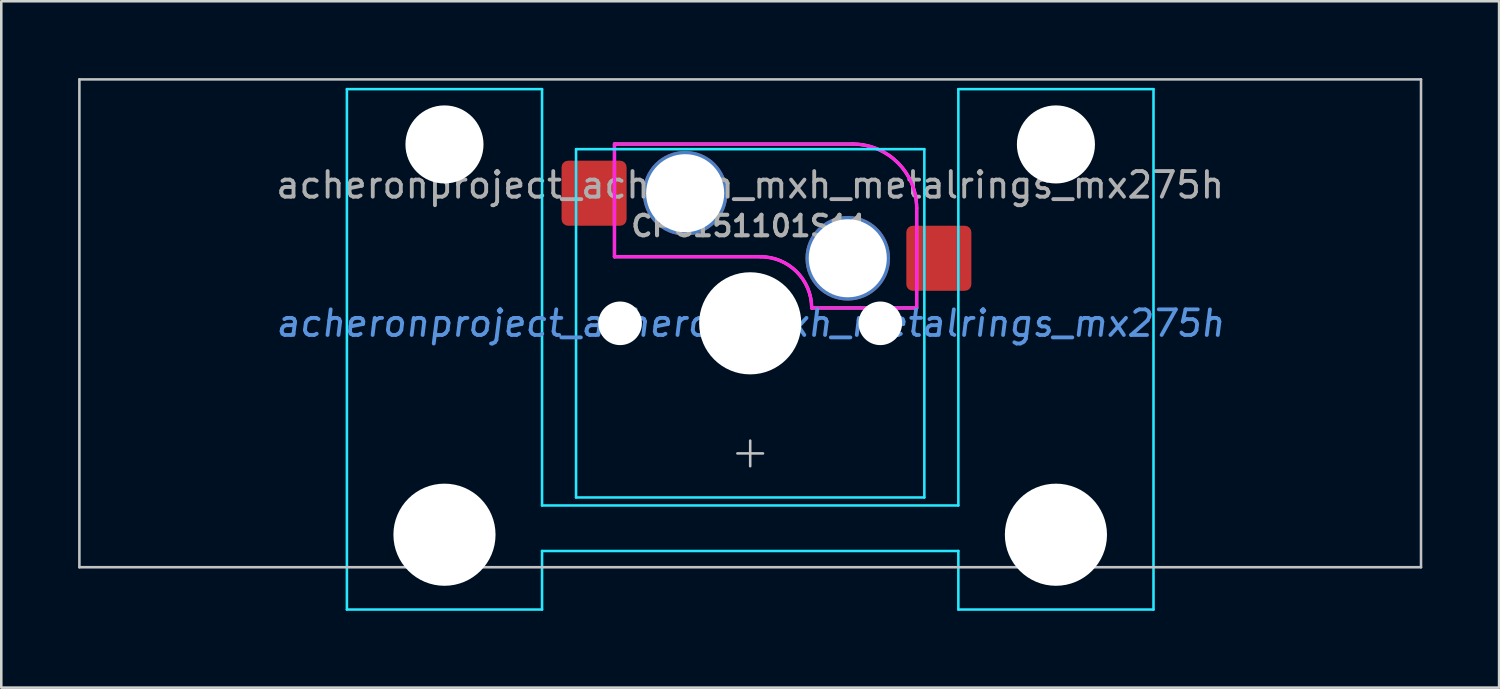
<source format=kicad_pcb>
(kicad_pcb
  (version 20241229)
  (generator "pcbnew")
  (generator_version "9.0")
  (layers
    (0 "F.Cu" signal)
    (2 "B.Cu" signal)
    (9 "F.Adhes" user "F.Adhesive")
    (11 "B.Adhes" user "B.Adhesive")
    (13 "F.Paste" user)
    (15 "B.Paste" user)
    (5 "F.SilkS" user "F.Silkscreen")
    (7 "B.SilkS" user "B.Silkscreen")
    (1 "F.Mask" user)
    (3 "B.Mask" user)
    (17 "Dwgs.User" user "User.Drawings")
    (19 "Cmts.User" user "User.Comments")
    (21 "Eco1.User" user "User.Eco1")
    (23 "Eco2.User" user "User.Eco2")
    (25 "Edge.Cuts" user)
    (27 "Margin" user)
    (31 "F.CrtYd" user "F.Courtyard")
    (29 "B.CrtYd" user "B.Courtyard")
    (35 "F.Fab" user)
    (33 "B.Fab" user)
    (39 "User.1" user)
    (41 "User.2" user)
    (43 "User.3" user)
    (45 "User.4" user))
  (footprint "acheronproject_acheron_mxh_metalrings_mx275h"
    (layer "F.Cu")
    (at 26.244 9.575)
    (property "Reference" "acheronproject_acheron_mxh_metalrings_mx275h" (at 0 0 0) (layer "Cmts.User") (effects (font (size 1 1) (thickness 0.15) (italic yes))))
    (attr smd)
    (fp_line (start -26.194 -9.525) (end -26.194 9.525) (stroke (width 0.1) (type solid)) (layer "Dwgs.User"))
    (fp_line (start -26.194 -9.525) (end 26.194 -9.525) (stroke (width 0.1) (type solid)) (layer "Dwgs.User"))
    (fp_line (start -26.194 9.525) (end 26.194 9.525) (stroke (width 0.1) (type solid)) (layer "Dwgs.User"))
    (fp_line (start -0.5 5.08) (end 0.5 5.08) (stroke (width 0.1) (type solid)) (layer "Dwgs.User"))
    (fp_line (start 0 5.58) (end 0 4.58) (stroke (width 0.1) (type solid)) (layer "Dwgs.User"))
    (fp_line (start 26.194 -9.525) (end 26.194 9.525) (stroke (width 0.1) (type solid)) (layer "Dwgs.User"))
    (fp_line (start -15.438 -5.485) (end -15.438 8.515) (stroke (width 0.1) (type solid)) (layer "Eco1.User"))
    (fp_line (start -14.938 -5.985) (end -8.938 -5.985) (stroke (width 0.1) (type solid)) (layer "Eco1.User"))
    (fp_line (start -8.938 9.015) (end -14.938 9.015) (stroke (width 0.1) (type solid)) (layer "Eco1.User"))
    (fp_line (start -8.438 8.515) (end -8.438 -5.485) (stroke (width 0.1) (type solid)) (layer "Eco1.User"))
    (fp_line (start -7 -6.5) (end -7 6.5) (stroke (width 0.1) (type solid)) (layer "Eco1.User"))
    (fp_line (start -6.5 7) (end 6.5 7) (stroke (width 0.1) (type solid)) (layer "Eco1.User"))
    (fp_line (start 6.5 -7) (end -6.5 -7) (stroke (width 0.1) (type solid)) (layer "Eco1.User"))
    (fp_line (start 7 6.5) (end 7 -6.5) (stroke (width 0.1) (type solid)) (layer "Eco1.User"))
    (fp_line (start 8.438 -5.485) (end 8.438 8.515) (stroke (width 0.1) (type solid)) (layer "Eco1.User"))
    (fp_line (start 8.938 -5.985) (end 14.938 -5.985) (stroke (width 0.1) (type solid)) (layer "Eco1.User"))
    (fp_line (start 14.938 9.015) (end 8.938 9.015) (stroke (width 0.1) (type solid)) (layer "Eco1.User"))
    (fp_line (start 15.438 8.515) (end 15.438 -5.485) (stroke (width 0.1) (type solid)) (layer "Eco1.User"))
    (fp_arc (start -15.438 -5.485) (mid -15.291553 -5.838553) (end -14.938 -5.985) (stroke (width 0.1) (type solid)) (layer "Eco1.User"))
    (fp_arc (start -14.938 9.015) (mid -15.291553 8.868553) (end -15.438 8.515) (stroke (width 0.1) (type solid)) (layer "Eco1.User"))
    (fp_arc (start -8.938 -5.985) (mid -8.584447 -5.838553) (end -8.438 -5.485) (stroke (width 0.1) (type solid)) (layer "Eco1.User"))
    (fp_arc (start -8.438 8.515) (mid -8.584447 8.868553) (end -8.938 9.015) (stroke (width 0.1) (type solid)) (layer "Eco1.User"))
    (fp_arc (start -7 -6.5) (mid -6.853553 -6.853553) (end -6.5 -7) (stroke (width 0.1) (type solid)) (layer "Eco1.User"))
    (fp_arc (start -6.5 7) (mid -6.853553 6.853553) (end -7 6.5) (stroke (width 0.1) (type solid)) (layer "Eco1.User"))
    (fp_arc (start 6.5 -7) (mid 6.853553 -6.853553) (end 7 -6.5) (stroke (width 0.1) (type solid)) (layer "Eco1.User"))
    (fp_arc (start 7 6.5) (mid 6.853553 6.853553) (end 6.5 7) (stroke (width 0.1) (type solid)) (layer "Eco1.User"))
    (fp_arc (start 8.438 -5.485) (mid 8.584447 -5.838553) (end 8.938 -5.985) (stroke (width 0.1) (type solid)) (layer "Eco1.User"))
    (fp_arc (start 8.938 9.015) (mid 8.584447 8.868553) (end 8.438 8.515) (stroke (width 0.1) (type solid)) (layer "Eco1.User"))
    (fp_arc (start 14.938 -5.985) (mid 15.291553 -5.838553) (end 15.438 -5.485) (stroke (width 0.1) (type solid)) (layer "Eco1.User"))
    (fp_arc (start 15.438 8.515) (mid 15.291553 8.868553) (end 14.938 9.015) (stroke (width 0.1) (type solid)) (layer "Eco1.User"))
    (fp_line (start -15.748 -9.144) (end -15.748 11.176) (stroke (width 0.1) (type solid)) (layer "B.CrtYd"))
    (fp_line (start -15.748 11.176) (end -8.128 11.176) (stroke (width 0.1) (type solid)) (layer "B.CrtYd"))
    (fp_line (start -8.128 -9.144) (end -15.748 -9.144) (stroke (width 0.1) (type solid)) (layer "B.CrtYd"))
    (fp_line (start -8.128 7.112) (end -8.128 -9.144) (stroke (width 0.1) (type solid)) (layer "B.CrtYd"))
    (fp_line (start -8.128 7.112) (end 8.128 7.112) (stroke (width 0.1) (type solid)) (layer "B.CrtYd"))
    (fp_line (start -8.128 8.89) (end -8.128 11.176) (stroke (width 0.1) (type solid)) (layer "B.CrtYd"))
    (fp_line (start -8.128 8.89) (end 8.128 8.89) (stroke (width 0.1) (type solid)) (layer "B.CrtYd"))
    (fp_line (start -6.8 -6.8) (end -6.8 6.8) (stroke (width 0.1) (type solid)) (layer "B.CrtYd"))
    (fp_line (start 6.8 -6.8) (end -6.8 -6.8) (stroke (width 0.1) (type solid)) (layer "B.CrtYd"))
    (fp_line (start 6.8 -6.8) (end 6.8 6.8) (stroke (width 0.1) (type solid)) (layer "B.CrtYd"))
    (fp_line (start 6.8 6.8) (end -6.8 6.8) (stroke (width 0.1) (type solid)) (layer "B.CrtYd"))
    (fp_line (start 8.128 -9.144) (end 15.748 -9.144) (stroke (width 0.1) (type solid)) (layer "B.CrtYd"))
    (fp_line (start 8.128 7.112) (end 8.128 -9.142) (stroke (width 0.1) (type solid)) (layer "B.CrtYd"))
    (fp_line (start 8.128 8.89) (end 8.128 11.176) (stroke (width 0.1) (type solid)) (layer "B.CrtYd"))
    (fp_line (start 15.748 11.176) (end 8.128 11.176) (stroke (width 0.1) (type solid)) (layer "B.CrtYd"))
    (fp_line (start 15.748 11.176) (end 15.748 -9.144) (stroke (width 0.1) (type solid)) (layer "B.CrtYd"))
    (fp_line (start -5.3 -7) (end -5.3 -2.6) (stroke (width 0.127) (type solid)) (layer "F.CrtYd"))
    (fp_line (start -5.2 -7) (end -5.3 -7) (stroke (width 0.12) (type solid)) (layer "F.CrtYd"))
    (fp_line (start 0.4 -2.6) (end -5.3 -2.6) (stroke (width 0.127) (type solid)) (layer "F.CrtYd"))
    (fp_line (start 4 -7) (end -5.2 -7) (stroke (width 0.12) (type solid)) (layer "F.CrtYd"))
    (fp_line (start 6.5 -4.5) (end 6.5 -0.6) (stroke (width 0.127) (type solid)) (layer "F.CrtYd"))
    (fp_line (start 6.5 -0.6) (end 2.4 -0.6) (stroke (width 0.12) (type solid)) (layer "F.CrtYd"))
    (fp_arc (start 0.4 -2.6) (mid 1.814214 -2.014214) (end 2.4 -0.6) (stroke (width 0.127) (type solid)) (layer "F.CrtYd"))
    (fp_arc (start 4 -7) (mid 5.767767 -6.267767) (end 6.5 -4.5) (stroke (width 0.127) (type solid)) (layer "F.CrtYd"))
    (fp_line (start -5.3 -7) (end -5.3 -2.6) (stroke (width 0.127) (type solid)) (layer "F.Fab"))
    (fp_line (start -5.3 -7) (end 4 -7) (stroke (width 0.127) (type solid)) (layer "F.Fab"))
    (fp_line (start -0.5 0) (end 0.5 0) (stroke (width 0.1) (type solid)) (layer "F.Fab"))
    (fp_line (start 0 0.5) (end 0 -0.5) (stroke (width 0.1) (type solid)) (layer "F.Fab"))
    (fp_line (start 0.4 -2.6) (end -5.3 -2.6) (stroke (width 0.127) (type solid)) (layer "F.Fab"))
    (fp_line (start 6.5 -4.5) (end 6.5 -0.6) (stroke (width 0.127) (type solid)) (layer "F.Fab"))
    (fp_line (start 6.5 -0.6) (end 2.4 -0.6) (stroke (width 0.127) (type solid)) (layer "F.Fab"))
    (fp_arc (start 0.400001 -2.600001) (mid 1.814214 -2.014214) (end 2.4 -0.6) (stroke (width 0.127) (type solid)) (layer "F.Fab"))
    (fp_arc (start 4.000001 -7.000001) (mid 5.767768 -6.267767) (end 6.5 -4.5) (stroke (width 0.127) (type solid)) (layer "F.Fab"))
    (fp_text user "${REFERENCE}" (at 0 -5.4 0) (layer "F.Fab") (effects (font (size 1 1) (thickness 0.15))))
    (fp_text user "CPG151101S11" (at 0 -3.8 0) (unlocked yes) (layer "F.Fab") (effects (font (size 0.8 0.8) (thickness 0.16))))
    (pad "" np_thru_hole circle (at -11.938 -6.985) (size 3.048 3.048) (drill 3.048) (layers "*.Cu" "*.Mask"))
    (pad "" np_thru_hole circle (at -11.938 8.255) (size 3.988 3.988) (drill 3.988) (layers "*.Cu" "*.Mask"))
    (pad "" np_thru_hole circle (at -5.08 0) (size 1.702 1.702) (drill 1.702) (layers "*.Cu" "*.Mask"))
    (pad "" np_thru_hole circle (at -2.54 -5.08) (size 3.302 3.302) (drill 3.048) (layers "*.Cu" "*.Mask"))
    (pad "" np_thru_hole circle (at 0 0) (size 3.988 3.988) (drill 3.988) (layers "*.Cu" "*.Mask"))
    (pad "" np_thru_hole circle (at 3.81 -2.54) (size 3.302 3.302) (drill 3.048) (layers "*.Cu" "*.Mask"))
    (pad "" np_thru_hole circle (at 5.08 0) (size 1.702 1.702) (drill 1.702) (layers "*.Cu" "*.Mask"))
    (pad "" np_thru_hole circle (at 11.938 -6.985) (size 3.048 3.048) (drill 3.048) (layers "*.Cu" "*.Mask"))
    (pad "" np_thru_hole circle (at 11.938 8.255) (size 3.988 3.988) (drill 3.988) (layers "*.Cu" "*.Mask"))
    (pad "1" smd roundrect (at -6.096 -5.08) (size 2.54 2.54) (layers "F.Cu" "F.Mask") (roundrect_rratio 0.1))
    (pad "2" smd roundrect (at 7.366 -2.54) (size 2.54 2.54) (layers "F.Cu" "F.Mask") (roundrect_rratio 0.1)))
  (gr_rect
    (start -3 -3)
    (end 55.487 23.801)
    (stroke (width 0.1) (type default))
    (fill no)
    (layer "Edge.Cuts")))
</source>
